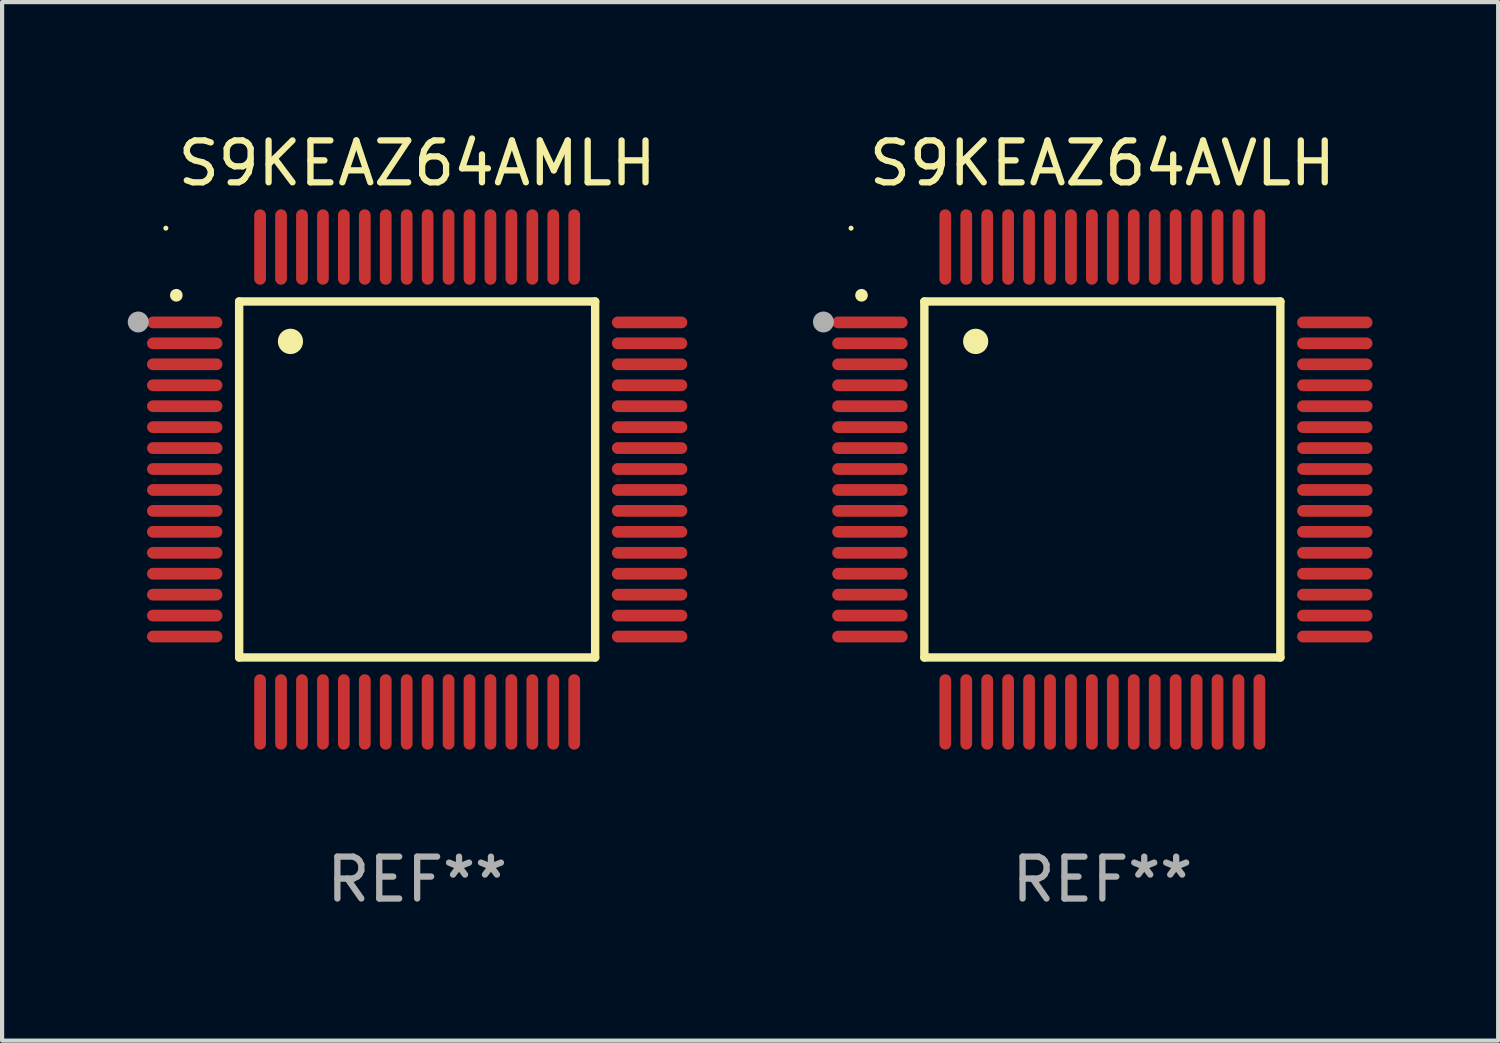
<source format=kicad_pcb>
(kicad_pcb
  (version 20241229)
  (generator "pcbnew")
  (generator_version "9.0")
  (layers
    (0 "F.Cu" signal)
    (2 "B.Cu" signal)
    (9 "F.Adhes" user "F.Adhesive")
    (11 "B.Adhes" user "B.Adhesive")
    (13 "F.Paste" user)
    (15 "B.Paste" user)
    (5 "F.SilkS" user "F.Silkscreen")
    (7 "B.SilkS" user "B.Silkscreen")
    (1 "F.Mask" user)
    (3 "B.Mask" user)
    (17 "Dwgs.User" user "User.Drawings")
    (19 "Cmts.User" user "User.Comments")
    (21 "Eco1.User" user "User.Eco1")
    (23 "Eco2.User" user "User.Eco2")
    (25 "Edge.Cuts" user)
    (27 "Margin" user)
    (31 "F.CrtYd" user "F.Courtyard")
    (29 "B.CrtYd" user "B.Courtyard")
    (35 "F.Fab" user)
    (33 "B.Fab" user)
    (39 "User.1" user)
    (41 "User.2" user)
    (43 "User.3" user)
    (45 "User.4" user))
  (footprint "S9KEAZ64AMLH"
    (layer "F.Cu")
    (at 6.91 8.398)
    (property "Reference" "S9KEAZ64AMLH" (at 0 -7.55 0) (layer "F.SilkS") (effects (font (size 1 1) (thickness 0.15))))
    (attr through_hole)
    (fp_line (start -4.25 -4.25) (end -4.25 4.25) (stroke (width 0.2) (type solid)) (layer "F.SilkS"))
    (fp_line (start -4.25 4.25) (end 4.25 4.25) (stroke (width 0.2) (type solid)) (layer "F.SilkS"))
    (fp_line (start 4.25 -4.25) (end -4.25 -4.25) (stroke (width 0.2) (type solid)) (layer "F.SilkS"))
    (fp_line (start 4.25 4.25) (end 4.25 -4.25) (stroke (width 0.2) (type solid)) (layer "F.SilkS"))
    (fp_arc (start -5.750572 -4.396749) (mid -5.750577 -4.398019) (end -5.750572 -4.399289) (stroke (width 0.3) (type solid)) (layer "F.SilkS"))
    (fp_arc (start -3.025146 -3.294387) (mid -3.025157 -3.296927) (end -3.025146 -3.299467) (stroke (width 0.6) (type solid)) (layer "F.SilkS"))
    (fp_circle (center -6 -6) (end -5.97 -6) (stroke (width 0.06) (type solid)) (fill no) (layer "F.SilkS"))
    (fp_circle (center -6.66 -3.76) (end -6.535 -3.76) (stroke (width 0.25) (type solid)) (fill no) (layer "F.Fab"))
    (fp_text user "REF**" (at 0 9.55 0) (layer "F.Fab") (effects (font (size 1 1) (thickness 0.15))))
    (pad "1" smd oval (at -5.55 -3.75) (size 1.8 0.28) (layers "F.Cu" "F.Mask" "F.Paste"))
    (pad "2" smd oval (at -5.55 -3.25) (size 1.8 0.28) (layers "F.Cu" "F.Mask" "F.Paste"))
    (pad "3" smd oval (at -5.55 -2.75) (size 1.8 0.28) (layers "F.Cu" "F.Mask" "F.Paste"))
    (pad "4" smd oval (at -5.55 -2.25) (size 1.8 0.28) (layers "F.Cu" "F.Mask" "F.Paste"))
    (pad "5" smd oval (at -5.55 -1.75) (size 1.8 0.28) (layers "F.Cu" "F.Mask" "F.Paste"))
    (pad "6" smd oval (at -5.55 -1.25) (size 1.8 0.28) (layers "F.Cu" "F.Mask" "F.Paste"))
    (pad "7" smd oval (at -5.55 -0.75) (size 1.8 0.28) (layers "F.Cu" "F.Mask" "F.Paste"))
    (pad "8" smd oval (at -5.55 -0.25) (size 1.8 0.28) (layers "F.Cu" "F.Mask" "F.Paste"))
    (pad "9" smd oval (at -5.55 0.25) (size 1.8 0.28) (layers "F.Cu" "F.Mask" "F.Paste"))
    (pad "10" smd oval (at -5.55 0.75) (size 1.8 0.28) (layers "F.Cu" "F.Mask" "F.Paste"))
    (pad "11" smd oval (at -5.55 1.25) (size 1.8 0.28) (layers "F.Cu" "F.Mask" "F.Paste"))
    (pad "12" smd oval (at -5.55 1.75) (size 1.8 0.28) (layers "F.Cu" "F.Mask" "F.Paste"))
    (pad "13" smd oval (at -5.55 2.25) (size 1.8 0.28) (layers "F.Cu" "F.Mask" "F.Paste"))
    (pad "14" smd oval (at -5.55 2.75) (size 1.8 0.28) (layers "F.Cu" "F.Mask" "F.Paste"))
    (pad "15" smd oval (at -5.55 3.25) (size 1.8 0.28) (layers "F.Cu" "F.Mask" "F.Paste"))
    (pad "16" smd oval (at -5.55 3.75) (size 1.8 0.28) (layers "F.Cu" "F.Mask" "F.Paste"))
    (pad "17" smd oval (at -3.75 5.55) (size 0.28 1.8) (layers "F.Cu" "F.Mask" "F.Paste"))
    (pad "18" smd oval (at -3.25 5.55) (size 0.28 1.8) (layers "F.Cu" "F.Mask" "F.Paste"))
    (pad "19" smd oval (at -2.75 5.55) (size 0.28 1.8) (layers "F.Cu" "F.Mask" "F.Paste"))
    (pad "20" smd oval (at -2.25 5.55) (size 0.28 1.8) (layers "F.Cu" "F.Mask" "F.Paste"))
    (pad "21" smd oval (at -1.75 5.55) (size 0.28 1.8) (layers "F.Cu" "F.Mask" "F.Paste"))
    (pad "22" smd oval (at -1.25 5.55) (size 0.28 1.8) (layers "F.Cu" "F.Mask" "F.Paste"))
    (pad "23" smd oval (at -0.75 5.55) (size 0.28 1.8) (layers "F.Cu" "F.Mask" "F.Paste"))
    (pad "24" smd oval (at -0.25 5.55) (size 0.28 1.8) (layers "F.Cu" "F.Mask" "F.Paste"))
    (pad "25" smd oval (at 0.25 5.55) (size 0.28 1.8) (layers "F.Cu" "F.Mask" "F.Paste"))
    (pad "26" smd oval (at 0.75 5.55) (size 0.28 1.8) (layers "F.Cu" "F.Mask" "F.Paste"))
    (pad "27" smd oval (at 1.25 5.55) (size 0.28 1.8) (layers "F.Cu" "F.Mask" "F.Paste"))
    (pad "28" smd oval (at 1.75 5.55) (size 0.28 1.8) (layers "F.Cu" "F.Mask" "F.Paste"))
    (pad "29" smd oval (at 2.25 5.55) (size 0.28 1.8) (layers "F.Cu" "F.Mask" "F.Paste"))
    (pad "30" smd oval (at 2.75 5.55) (size 0.28 1.8) (layers "F.Cu" "F.Mask" "F.Paste"))
    (pad "31" smd oval (at 3.25 5.55) (size 0.28 1.8) (layers "F.Cu" "F.Mask" "F.Paste"))
    (pad "32" smd oval (at 3.75 5.55) (size 0.28 1.8) (layers "F.Cu" "F.Mask" "F.Paste"))
    (pad "33" smd oval (at 5.55 3.75) (size 1.8 0.28) (layers "F.Cu" "F.Mask" "F.Paste"))
    (pad "34" smd oval (at 5.55 3.25) (size 1.8 0.28) (layers "F.Cu" "F.Mask" "F.Paste"))
    (pad "35" smd oval (at 5.55 2.75) (size 1.8 0.28) (layers "F.Cu" "F.Mask" "F.Paste"))
    (pad "36" smd oval (at 5.55 2.25) (size 1.8 0.28) (layers "F.Cu" "F.Mask" "F.Paste"))
    (pad "37" smd oval (at 5.55 1.75) (size 1.8 0.28) (layers "F.Cu" "F.Mask" "F.Paste"))
    (pad "38" smd oval (at 5.55 1.25) (size 1.8 0.28) (layers "F.Cu" "F.Mask" "F.Paste"))
    (pad "39" smd oval (at 5.55 0.75) (size 1.8 0.28) (layers "F.Cu" "F.Mask" "F.Paste"))
    (pad "40" smd oval (at 5.55 0.25) (size 1.8 0.28) (layers "F.Cu" "F.Mask" "F.Paste"))
    (pad "41" smd oval (at 5.55 -0.25) (size 1.8 0.28) (layers "F.Cu" "F.Mask" "F.Paste"))
    (pad "42" smd oval (at 5.55 -0.75) (size 1.8 0.28) (layers "F.Cu" "F.Mask" "F.Paste"))
    (pad "43" smd oval (at 5.55 -1.25) (size 1.8 0.28) (layers "F.Cu" "F.Mask" "F.Paste"))
    (pad "44" smd oval (at 5.55 -1.75) (size 1.8 0.28) (layers "F.Cu" "F.Mask" "F.Paste"))
    (pad "45" smd oval (at 5.55 -2.25) (size 1.8 0.28) (layers "F.Cu" "F.Mask" "F.Paste"))
    (pad "46" smd oval (at 5.55 -2.75) (size 1.8 0.28) (layers "F.Cu" "F.Mask" "F.Paste"))
    (pad "47" smd oval (at 5.55 -3.25) (size 1.8 0.28) (layers "F.Cu" "F.Mask" "F.Paste"))
    (pad "48" smd oval (at 5.55 -3.75) (size 1.8 0.28) (layers "F.Cu" "F.Mask" "F.Paste"))
    (pad "49" smd oval (at 3.75 -5.55) (size 0.28 1.8) (layers "F.Cu" "F.Mask" "F.Paste"))
    (pad "50" smd oval (at 3.25 -5.55) (size 0.28 1.8) (layers "F.Cu" "F.Mask" "F.Paste"))
    (pad "51" smd oval (at 2.75 -5.55) (size 0.28 1.8) (layers "F.Cu" "F.Mask" "F.Paste"))
    (pad "52" smd oval (at 2.25 -5.55) (size 0.28 1.8) (layers "F.Cu" "F.Mask" "F.Paste"))
    (pad "53" smd oval (at 1.75 -5.55) (size 0.28 1.8) (layers "F.Cu" "F.Mask" "F.Paste"))
    (pad "54" smd oval (at 1.25 -5.55) (size 0.28 1.8) (layers "F.Cu" "F.Mask" "F.Paste"))
    (pad "55" smd oval (at 0.75 -5.55) (size 0.28 1.8) (layers "F.Cu" "F.Mask" "F.Paste"))
    (pad "56" smd oval (at 0.25 -5.55) (size 0.28 1.8) (layers "F.Cu" "F.Mask" "F.Paste"))
    (pad "57" smd oval (at -0.25 -5.55) (size 0.28 1.8) (layers "F.Cu" "F.Mask" "F.Paste"))
    (pad "58" smd oval (at -0.75 -5.55) (size 0.28 1.8) (layers "F.Cu" "F.Mask" "F.Paste"))
    (pad "59" smd oval (at -1.25 -5.55) (size 0.28 1.8) (layers "F.Cu" "F.Mask" "F.Paste"))
    (pad "60" smd oval (at -1.75 -5.55) (size 0.28 1.8) (layers "F.Cu" "F.Mask" "F.Paste"))
    (pad "61" smd oval (at -2.25 -5.55) (size 0.28 1.8) (layers "F.Cu" "F.Mask" "F.Paste"))
    (pad "62" smd oval (at -2.75 -5.55) (size 0.28 1.8) (layers "F.Cu" "F.Mask" "F.Paste"))
    (pad "63" smd oval (at -3.25 -5.55) (size 0.28 1.8) (layers "F.Cu" "F.Mask" "F.Paste"))
    (pad "64" smd oval (at -3.75 -5.55) (size 0.28 1.8) (layers "F.Cu" "F.Mask" "F.Paste")))
  (footprint "S9KEAZ64AVLH"
    (layer "F.Cu")
    (at 23.27 8.398)
    (property "Reference" "S9KEAZ64AVLH" (at 0 -7.55 0) (layer "F.SilkS") (effects (font (size 1 1) (thickness 0.15))))
    (attr through_hole)
    (fp_line (start -4.25 -4.25) (end -4.25 4.25) (stroke (width 0.2) (type solid)) (layer "F.SilkS"))
    (fp_line (start -4.25 4.25) (end 4.25 4.25) (stroke (width 0.2) (type solid)) (layer "F.SilkS"))
    (fp_line (start 4.25 -4.25) (end -4.25 -4.25) (stroke (width 0.2) (type solid)) (layer "F.SilkS"))
    (fp_line (start 4.25 4.25) (end 4.25 -4.25) (stroke (width 0.2) (type solid)) (layer "F.SilkS"))
    (fp_arc (start -5.750572 -4.396749) (mid -5.750577 -4.398019) (end -5.750572 -4.399289) (stroke (width 0.3) (type solid)) (layer "F.SilkS"))
    (fp_arc (start -3.025146 -3.294387) (mid -3.025157 -3.296927) (end -3.025146 -3.299467) (stroke (width 0.6) (type solid)) (layer "F.SilkS"))
    (fp_circle (center -6 -6) (end -5.97 -6) (stroke (width 0.06) (type solid)) (fill no) (layer "F.SilkS"))
    (fp_circle (center -6.66 -3.76) (end -6.535 -3.76) (stroke (width 0.25) (type solid)) (fill no) (layer "F.Fab"))
    (fp_text user "REF**" (at 0 9.55 0) (layer "F.Fab") (effects (font (size 1 1) (thickness 0.15))))
    (pad "1" smd oval (at -5.55 -3.75) (size 1.8 0.28) (layers "F.Cu" "F.Mask" "F.Paste"))
    (pad "2" smd oval (at -5.55 -3.25) (size 1.8 0.28) (layers "F.Cu" "F.Mask" "F.Paste"))
    (pad "3" smd oval (at -5.55 -2.75) (size 1.8 0.28) (layers "F.Cu" "F.Mask" "F.Paste"))
    (pad "4" smd oval (at -5.55 -2.25) (size 1.8 0.28) (layers "F.Cu" "F.Mask" "F.Paste"))
    (pad "5" smd oval (at -5.55 -1.75) (size 1.8 0.28) (layers "F.Cu" "F.Mask" "F.Paste"))
    (pad "6" smd oval (at -5.55 -1.25) (size 1.8 0.28) (layers "F.Cu" "F.Mask" "F.Paste"))
    (pad "7" smd oval (at -5.55 -0.75) (size 1.8 0.28) (layers "F.Cu" "F.Mask" "F.Paste"))
    (pad "8" smd oval (at -5.55 -0.25) (size 1.8 0.28) (layers "F.Cu" "F.Mask" "F.Paste"))
    (pad "9" smd oval (at -5.55 0.25) (size 1.8 0.28) (layers "F.Cu" "F.Mask" "F.Paste"))
    (pad "10" smd oval (at -5.55 0.75) (size 1.8 0.28) (layers "F.Cu" "F.Mask" "F.Paste"))
    (pad "11" smd oval (at -5.55 1.25) (size 1.8 0.28) (layers "F.Cu" "F.Mask" "F.Paste"))
    (pad "12" smd oval (at -5.55 1.75) (size 1.8 0.28) (layers "F.Cu" "F.Mask" "F.Paste"))
    (pad "13" smd oval (at -5.55 2.25) (size 1.8 0.28) (layers "F.Cu" "F.Mask" "F.Paste"))
    (pad "14" smd oval (at -5.55 2.75) (size 1.8 0.28) (layers "F.Cu" "F.Mask" "F.Paste"))
    (pad "15" smd oval (at -5.55 3.25) (size 1.8 0.28) (layers "F.Cu" "F.Mask" "F.Paste"))
    (pad "16" smd oval (at -5.55 3.75) (size 1.8 0.28) (layers "F.Cu" "F.Mask" "F.Paste"))
    (pad "17" smd oval (at -3.75 5.55) (size 0.28 1.8) (layers "F.Cu" "F.Mask" "F.Paste"))
    (pad "18" smd oval (at -3.25 5.55) (size 0.28 1.8) (layers "F.Cu" "F.Mask" "F.Paste"))
    (pad "19" smd oval (at -2.75 5.55) (size 0.28 1.8) (layers "F.Cu" "F.Mask" "F.Paste"))
    (pad "20" smd oval (at -2.25 5.55) (size 0.28 1.8) (layers "F.Cu" "F.Mask" "F.Paste"))
    (pad "21" smd oval (at -1.75 5.55) (size 0.28 1.8) (layers "F.Cu" "F.Mask" "F.Paste"))
    (pad "22" smd oval (at -1.25 5.55) (size 0.28 1.8) (layers "F.Cu" "F.Mask" "F.Paste"))
    (pad "23" smd oval (at -0.75 5.55) (size 0.28 1.8) (layers "F.Cu" "F.Mask" "F.Paste"))
    (pad "24" smd oval (at -0.25 5.55) (size 0.28 1.8) (layers "F.Cu" "F.Mask" "F.Paste"))
    (pad "25" smd oval (at 0.25 5.55) (size 0.28 1.8) (layers "F.Cu" "F.Mask" "F.Paste"))
    (pad "26" smd oval (at 0.75 5.55) (size 0.28 1.8) (layers "F.Cu" "F.Mask" "F.Paste"))
    (pad "27" smd oval (at 1.25 5.55) (size 0.28 1.8) (layers "F.Cu" "F.Mask" "F.Paste"))
    (pad "28" smd oval (at 1.75 5.55) (size 0.28 1.8) (layers "F.Cu" "F.Mask" "F.Paste"))
    (pad "29" smd oval (at 2.25 5.55) (size 0.28 1.8) (layers "F.Cu" "F.Mask" "F.Paste"))
    (pad "30" smd oval (at 2.75 5.55) (size 0.28 1.8) (layers "F.Cu" "F.Mask" "F.Paste"))
    (pad "31" smd oval (at 3.25 5.55) (size 0.28 1.8) (layers "F.Cu" "F.Mask" "F.Paste"))
    (pad "32" smd oval (at 3.75 5.55) (size 0.28 1.8) (layers "F.Cu" "F.Mask" "F.Paste"))
    (pad "33" smd oval (at 5.55 3.75) (size 1.8 0.28) (layers "F.Cu" "F.Mask" "F.Paste"))
    (pad "34" smd oval (at 5.55 3.25) (size 1.8 0.28) (layers "F.Cu" "F.Mask" "F.Paste"))
    (pad "35" smd oval (at 5.55 2.75) (size 1.8 0.28) (layers "F.Cu" "F.Mask" "F.Paste"))
    (pad "36" smd oval (at 5.55 2.25) (size 1.8 0.28) (layers "F.Cu" "F.Mask" "F.Paste"))
    (pad "37" smd oval (at 5.55 1.75) (size 1.8 0.28) (layers "F.Cu" "F.Mask" "F.Paste"))
    (pad "38" smd oval (at 5.55 1.25) (size 1.8 0.28) (layers "F.Cu" "F.Mask" "F.Paste"))
    (pad "39" smd oval (at 5.55 0.75) (size 1.8 0.28) (layers "F.Cu" "F.Mask" "F.Paste"))
    (pad "40" smd oval (at 5.55 0.25) (size 1.8 0.28) (layers "F.Cu" "F.Mask" "F.Paste"))
    (pad "41" smd oval (at 5.55 -0.25) (size 1.8 0.28) (layers "F.Cu" "F.Mask" "F.Paste"))
    (pad "42" smd oval (at 5.55 -0.75) (size 1.8 0.28) (layers "F.Cu" "F.Mask" "F.Paste"))
    (pad "43" smd oval (at 5.55 -1.25) (size 1.8 0.28) (layers "F.Cu" "F.Mask" "F.Paste"))
    (pad "44" smd oval (at 5.55 -1.75) (size 1.8 0.28) (layers "F.Cu" "F.Mask" "F.Paste"))
    (pad "45" smd oval (at 5.55 -2.25) (size 1.8 0.28) (layers "F.Cu" "F.Mask" "F.Paste"))
    (pad "46" smd oval (at 5.55 -2.75) (size 1.8 0.28) (layers "F.Cu" "F.Mask" "F.Paste"))
    (pad "47" smd oval (at 5.55 -3.25) (size 1.8 0.28) (layers "F.Cu" "F.Mask" "F.Paste"))
    (pad "48" smd oval (at 5.55 -3.75) (size 1.8 0.28) (layers "F.Cu" "F.Mask" "F.Paste"))
    (pad "49" smd oval (at 3.75 -5.55) (size 0.28 1.8) (layers "F.Cu" "F.Mask" "F.Paste"))
    (pad "50" smd oval (at 3.25 -5.55) (size 0.28 1.8) (layers "F.Cu" "F.Mask" "F.Paste"))
    (pad "51" smd oval (at 2.75 -5.55) (size 0.28 1.8) (layers "F.Cu" "F.Mask" "F.Paste"))
    (pad "52" smd oval (at 2.25 -5.55) (size 0.28 1.8) (layers "F.Cu" "F.Mask" "F.Paste"))
    (pad "53" smd oval (at 1.75 -5.55) (size 0.28 1.8) (layers "F.Cu" "F.Mask" "F.Paste"))
    (pad "54" smd oval (at 1.25 -5.55) (size 0.28 1.8) (layers "F.Cu" "F.Mask" "F.Paste"))
    (pad "55" smd oval (at 0.75 -5.55) (size 0.28 1.8) (layers "F.Cu" "F.Mask" "F.Paste"))
    (pad "56" smd oval (at 0.25 -5.55) (size 0.28 1.8) (layers "F.Cu" "F.Mask" "F.Paste"))
    (pad "57" smd oval (at -0.25 -5.55) (size 0.28 1.8) (layers "F.Cu" "F.Mask" "F.Paste"))
    (pad "58" smd oval (at -0.75 -5.55) (size 0.28 1.8) (layers "F.Cu" "F.Mask" "F.Paste"))
    (pad "59" smd oval (at -1.25 -5.55) (size 0.28 1.8) (layers "F.Cu" "F.Mask" "F.Paste"))
    (pad "60" smd oval (at -1.75 -5.55) (size 0.28 1.8) (layers "F.Cu" "F.Mask" "F.Paste"))
    (pad "61" smd oval (at -2.25 -5.55) (size 0.28 1.8) (layers "F.Cu" "F.Mask" "F.Paste"))
    (pad "62" smd oval (at -2.75 -5.55) (size 0.28 1.8) (layers "F.Cu" "F.Mask" "F.Paste"))
    (pad "63" smd oval (at -3.25 -5.55) (size 0.28 1.8) (layers "F.Cu" "F.Mask" "F.Paste"))
    (pad "64" smd oval (at -3.75 -5.55) (size 0.28 1.8) (layers "F.Cu" "F.Mask" "F.Paste")))
  (gr_rect
    (start -3 -3)
    (end 32.72 21.796)
    (stroke (width 0.1) (type default))
    (fill no)
    (layer "Edge.Cuts")))
</source>
